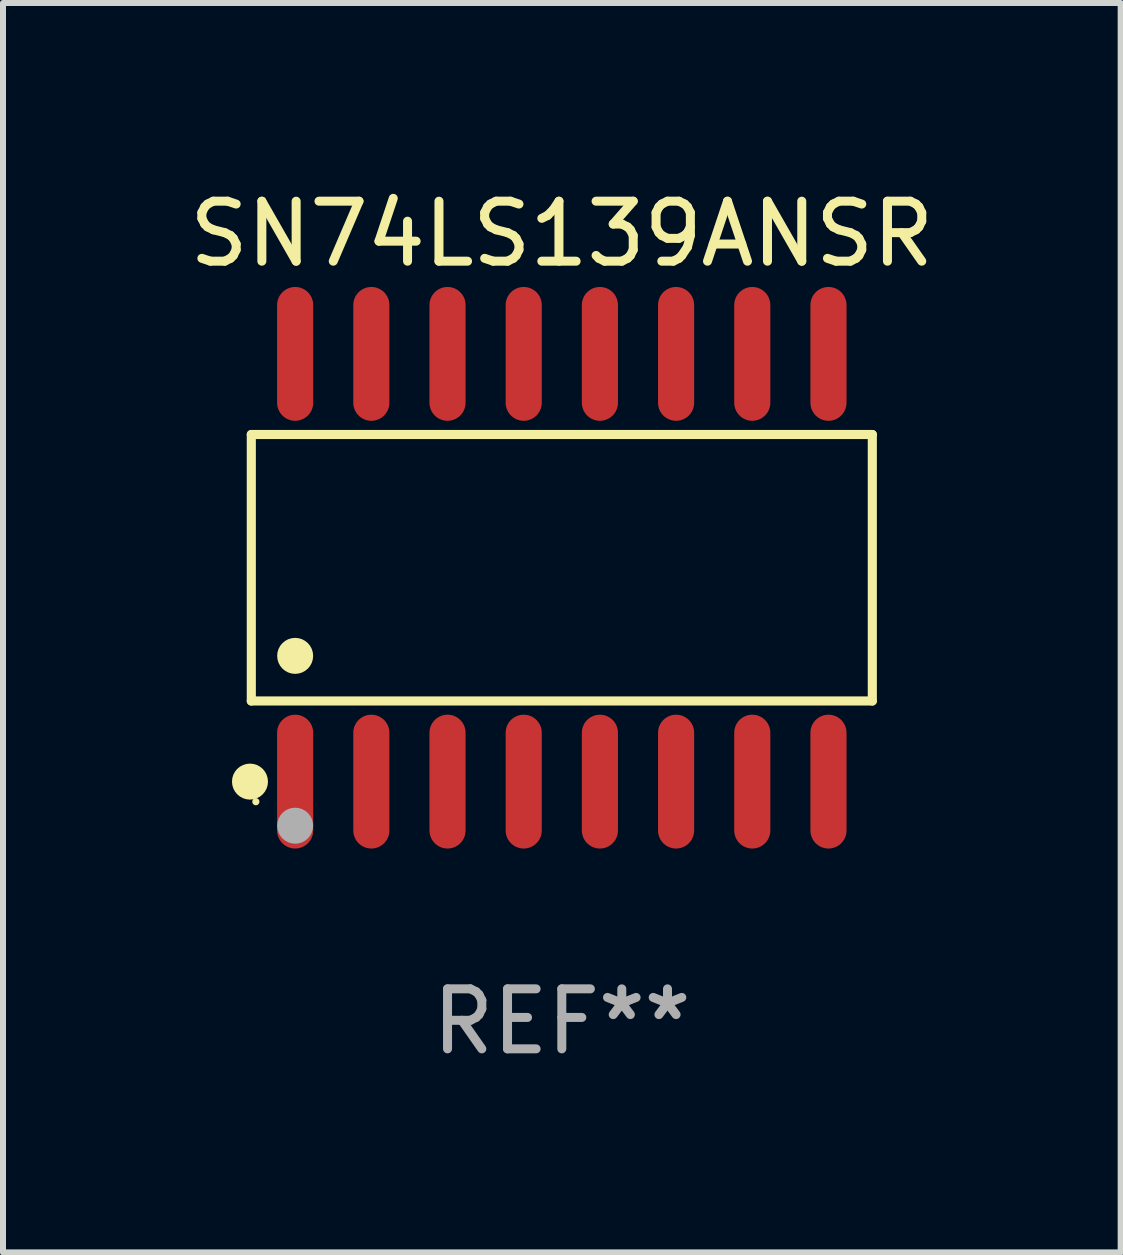
<source format=kicad_pcb>
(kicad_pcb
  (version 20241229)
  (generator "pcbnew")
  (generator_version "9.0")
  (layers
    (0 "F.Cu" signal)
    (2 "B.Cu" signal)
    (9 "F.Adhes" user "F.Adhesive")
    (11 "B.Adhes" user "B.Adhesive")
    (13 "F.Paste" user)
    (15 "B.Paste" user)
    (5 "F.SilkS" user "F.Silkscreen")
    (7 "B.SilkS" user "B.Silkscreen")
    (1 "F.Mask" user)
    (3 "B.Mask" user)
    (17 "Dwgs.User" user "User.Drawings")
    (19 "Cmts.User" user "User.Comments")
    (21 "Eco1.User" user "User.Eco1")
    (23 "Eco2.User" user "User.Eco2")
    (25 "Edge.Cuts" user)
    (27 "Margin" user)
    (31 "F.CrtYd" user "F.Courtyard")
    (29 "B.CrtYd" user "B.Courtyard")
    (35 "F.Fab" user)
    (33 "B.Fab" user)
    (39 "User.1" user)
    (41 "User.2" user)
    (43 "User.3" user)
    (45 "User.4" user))
  (footprint "SN74LS139ANSR"
    (layer "F.Cu")
    (at 6.315 6.414)
    (property "Reference" "SN74LS139ANSR" (at 0 -5.565 0) (layer "F.SilkS") (effects (font (size 1 1) (thickness 0.15))))
    (attr through_hole)
    (fp_line (start -5.176 -2.221) (end 5.176 -2.221) (stroke (width 0.152) (type solid)) (layer "F.SilkS"))
    (fp_line (start -5.176 2.221) (end -5.176 -2.221) (stroke (width 0.152) (type solid)) (layer "F.SilkS"))
    (fp_line (start 5.176 -2.221) (end 5.176 2.221) (stroke (width 0.152) (type solid)) (layer "F.SilkS"))
    (fp_line (start 5.176 2.221) (end -5.176 2.221) (stroke (width 0.152) (type solid)) (layer "F.SilkS"))
    (fp_circle (center -5.198 3.565) (end -5.048 3.565) (stroke (width 0.3) (type solid)) (fill no) (layer "F.SilkS"))
    (fp_circle (center -5.1 3.9) (end -5.07 3.9) (stroke (width 0.06) (type solid)) (fill no) (layer "F.SilkS"))
    (fp_circle (center -4.445 1.469) (end -4.295 1.469) (stroke (width 0.3) (type solid)) (fill no) (layer "F.SilkS"))
    (fp_circle (center -4.445 4.3) (end -4.295 4.3) (stroke (width 0.3) (type solid)) (fill no) (layer "F.Fab"))
    (fp_text user "REF**" (at 0 7.565 0) (layer "F.Fab") (effects (font (size 1 1) (thickness 0.15))))
    (pad "1" smd oval (at -4.445 3.565) (size 0.602 2.231) (layers "F.Cu" "F.Mask" "F.Paste"))
    (pad "2" smd oval (at -3.175 3.565) (size 0.602 2.231) (layers "F.Cu" "F.Mask" "F.Paste"))
    (pad "3" smd oval (at -1.905 3.565) (size 0.602 2.231) (layers "F.Cu" "F.Mask" "F.Paste"))
    (pad "4" smd oval (at -0.635 3.565) (size 0.602 2.231) (layers "F.Cu" "F.Mask" "F.Paste"))
    (pad "5" smd oval (at 0.635 3.565) (size 0.602 2.231) (layers "F.Cu" "F.Mask" "F.Paste"))
    (pad "6" smd oval (at 1.905 3.565) (size 0.602 2.231) (layers "F.Cu" "F.Mask" "F.Paste"))
    (pad "7" smd oval (at 3.175 3.565) (size 0.602 2.231) (layers "F.Cu" "F.Mask" "F.Paste"))
    (pad "8" smd oval (at 4.445 3.565) (size 0.602 2.231) (layers "F.Cu" "F.Mask" "F.Paste"))
    (pad "9" smd oval (at 4.445 -3.565) (size 0.602 2.231) (layers "F.Cu" "F.Mask" "F.Paste"))
    (pad "10" smd oval (at 3.175 -3.565) (size 0.602 2.231) (layers "F.Cu" "F.Mask" "F.Paste"))
    (pad "11" smd oval (at 1.905 -3.565) (size 0.602 2.231) (layers "F.Cu" "F.Mask" "F.Paste"))
    (pad "12" smd oval (at 0.635 -3.565) (size 0.602 2.231) (layers "F.Cu" "F.Mask" "F.Paste"))
    (pad "13" smd oval (at -0.635 -3.565) (size 0.602 2.231) (layers "F.Cu" "F.Mask" "F.Paste"))
    (pad "14" smd oval (at -1.905 -3.565) (size 0.602 2.231) (layers "F.Cu" "F.Mask" "F.Paste"))
    (pad "15" smd oval (at -3.175 -3.565) (size 0.602 2.231) (layers "F.Cu" "F.Mask" "F.Paste"))
    (pad "16" smd oval (at -4.445 -3.565) (size 0.602 2.231) (layers "F.Cu" "F.Mask" "F.Paste")))
  (gr_rect
    (start -3 -3)
    (end 15.631 17.827)
    (stroke (width 0.1) (type default))
    (fill no)
    (layer "Edge.Cuts")))
</source>
